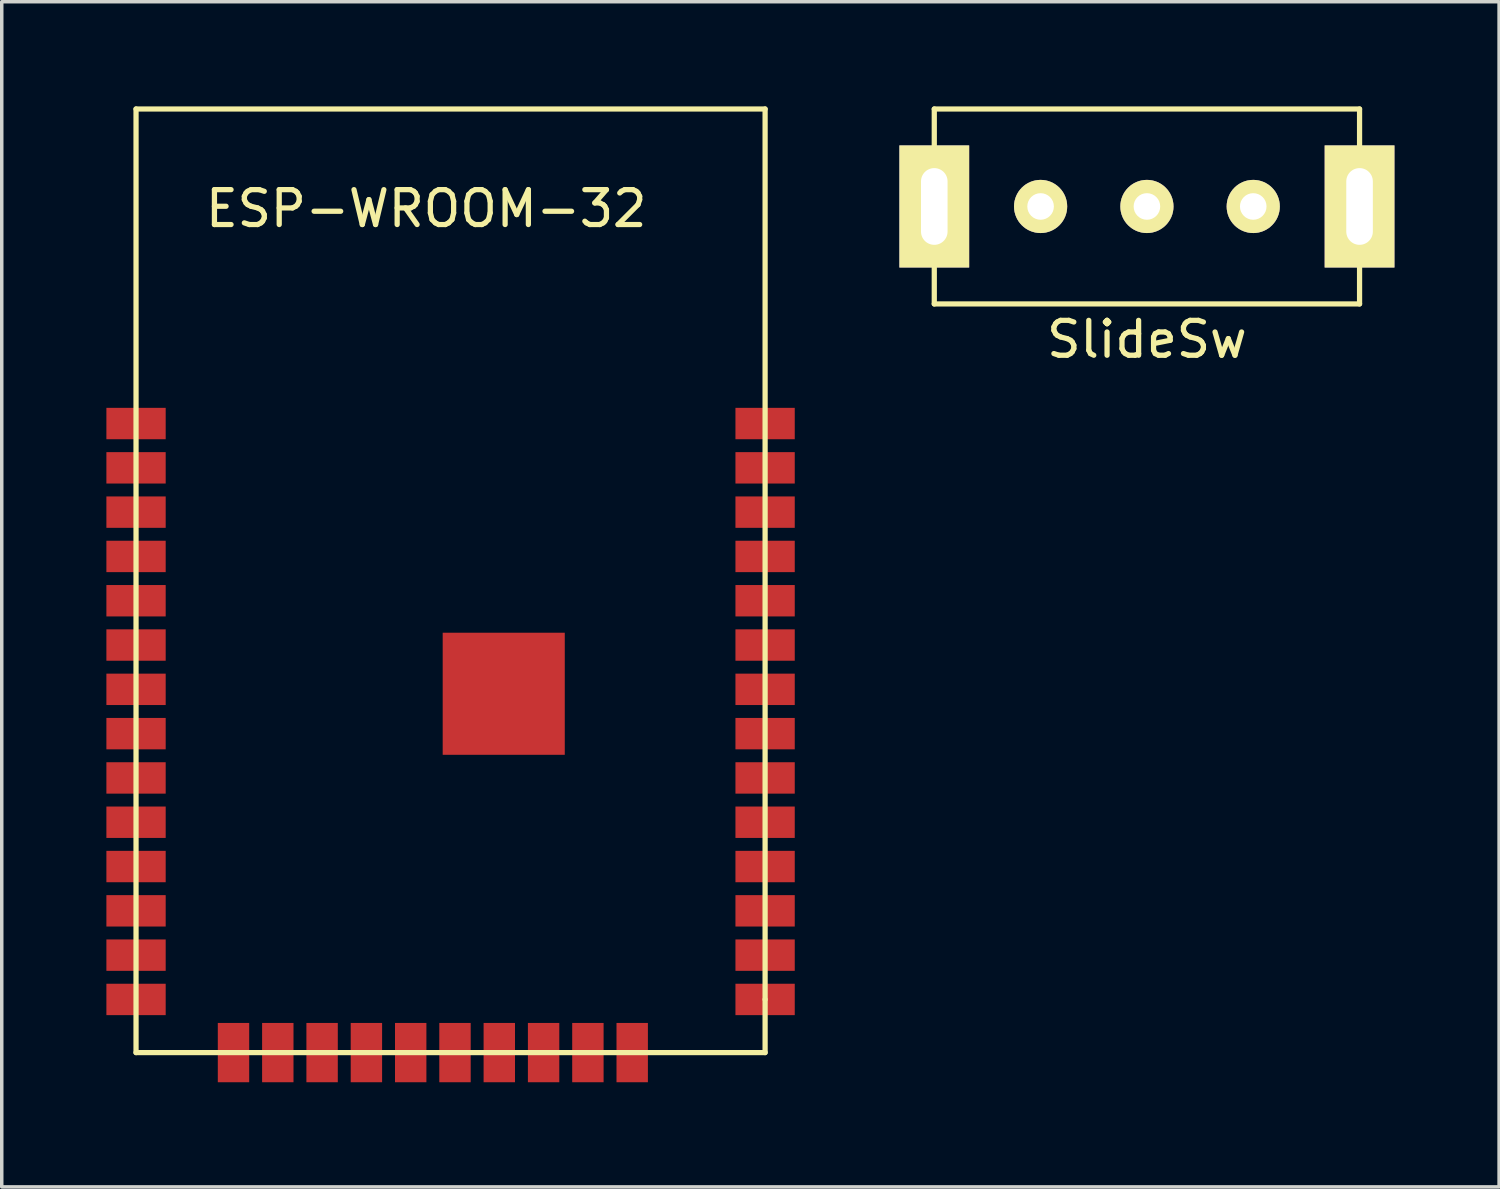
<source format=kicad_pcb>
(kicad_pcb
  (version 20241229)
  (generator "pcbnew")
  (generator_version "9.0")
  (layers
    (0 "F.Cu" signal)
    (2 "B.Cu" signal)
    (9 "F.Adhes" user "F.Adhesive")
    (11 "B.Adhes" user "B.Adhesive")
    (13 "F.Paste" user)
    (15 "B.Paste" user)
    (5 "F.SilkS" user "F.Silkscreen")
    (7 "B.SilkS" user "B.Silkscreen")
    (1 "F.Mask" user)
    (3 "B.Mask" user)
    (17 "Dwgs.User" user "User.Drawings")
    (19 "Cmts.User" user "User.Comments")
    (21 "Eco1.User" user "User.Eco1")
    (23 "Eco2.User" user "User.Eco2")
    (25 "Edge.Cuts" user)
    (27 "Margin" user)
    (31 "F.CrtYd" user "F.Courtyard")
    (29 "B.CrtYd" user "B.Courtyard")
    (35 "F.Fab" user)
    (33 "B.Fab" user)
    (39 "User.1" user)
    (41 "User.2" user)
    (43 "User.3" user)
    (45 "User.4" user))
  (footprint "SlideSw"
    (layer "F.Cu")
    (at 29.83 2.869)
    (property "Reference" "SlideSw" (at 0 3.81 0) (layer "F.SilkS") (effects (font (size 1 1) (thickness 0.15))))
    (attr through_hole)
    (fp_line (start -6.096 -2.794) (end -6.096 2.794) (stroke (width 0.15) (type solid)) (layer "F.SilkS"))
    (fp_line (start -6.096 2.794) (end 6.096 2.794) (stroke (width 0.15) (type solid)) (layer "F.SilkS"))
    (fp_line (start 6.096 -2.794) (end -6.096 -2.794) (stroke (width 0.15) (type solid)) (layer "F.SilkS"))
    (fp_line (start 6.096 0) (end 6.096 -2.794) (stroke (width 0.15) (type solid)) (layer "F.SilkS"))
    (fp_line (start 6.096 2.794) (end 6.096 0) (stroke (width 0.15) (type solid)) (layer "F.SilkS"))
    (pad "1" thru_hole circle (at -3.048 0) (size 1.524 1.524) (drill 0.762) (layers "*.Cu" "*.Mask" "F.SilkS"))
    (pad "2" thru_hole circle (at 0 0) (size 1.524 1.524) (drill 0.762) (layers "*.Cu" "*.Mask" "F.SilkS"))
    (pad "3" thru_hole circle (at 3.048 0) (size 1.524 1.524) (drill 0.762) (layers "*.Cu" "*.Mask" "F.SilkS"))
    (pad "4" thru_hole rect (at -6.096 0) (size 2 3.5) (drill oval 0.762 2.2) (layers "*.Cu" "*.Mask" "F.SilkS"))
    (pad "5" thru_hole rect (at 6.096 0) (size 2 3.5) (drill oval 0.762 2.2) (layers "*.Cu" "*.Mask" "F.SilkS")))
  (footprint "ESP-WROOM-32"
    (layer "F.Cu")
    (at 0.85 9.092)
    (property "Reference" "ESP-WROOM-32" (at 8.319 -6.16 0) (layer "F.SilkS") (effects (font (size 1 1) (thickness 0.15))))
    (attr through_hole)
    (fp_line (start 0 -9.017) (end 18.034 -9.017) (stroke (width 0.15) (type solid)) (layer "F.SilkS"))
    (fp_line (start 0 18.034) (end 0 -9.017) (stroke (width 0.15) (type solid)) (layer "F.SilkS"))
    (fp_line (start 18.034 -9.017) (end 18.034 16.51) (stroke (width 0.15) (type solid)) (layer "F.SilkS"))
    (fp_line (start 18.034 16.51) (end 18.034 18.034) (stroke (width 0.15) (type solid)) (layer "F.SilkS"))
    (fp_line (start 18.034 18.034) (end 0 18.034) (stroke (width 0.15) (type solid)) (layer "F.SilkS"))
    (pad "1" smd rect (at 0 0) (size 1.7 0.9) (layers "F.Cu" "F.Mask" "F.Paste"))
    (pad "2" smd rect (at 0 1.27) (size 1.7 0.9) (layers "F.Cu" "F.Mask" "F.Paste"))
    (pad "3" smd rect (at 0 2.54) (size 1.7 0.9) (layers "F.Cu" "F.Mask" "F.Paste"))
    (pad "4" smd rect (at 0 3.81) (size 1.7 0.9) (layers "F.Cu" "F.Mask" "F.Paste"))
    (pad "5" smd rect (at 0 5.08) (size 1.7 0.9) (layers "F.Cu" "F.Mask" "F.Paste"))
    (pad "6" smd rect (at 0 6.35) (size 1.7 0.9) (layers "F.Cu" "F.Mask" "F.Paste"))
    (pad "7" smd rect (at 0 7.62) (size 1.7 0.9) (layers "F.Cu" "F.Mask" "F.Paste"))
    (pad "8" smd rect (at 0 8.89) (size 1.7 0.9) (layers "F.Cu" "F.Mask" "F.Paste"))
    (pad "9" smd rect (at 0 10.16) (size 1.7 0.9) (layers "F.Cu" "F.Mask" "F.Paste"))
    (pad "10" smd rect (at 0 11.43) (size 1.7 0.9) (layers "F.Cu" "F.Mask" "F.Paste"))
    (pad "11" smd rect (at 0 12.7) (size 1.7 0.9) (layers "F.Cu" "F.Mask" "F.Paste"))
    (pad "12" smd rect (at 0 13.97) (size 1.7 0.9) (layers "F.Cu" "F.Mask" "F.Paste"))
    (pad "13" smd rect (at 0 15.24) (size 1.7 0.9) (layers "F.Cu" "F.Mask" "F.Paste"))
    (pad "14" smd rect (at 0 16.51) (size 1.7 0.9) (layers "F.Cu" "F.Mask" "F.Paste"))
    (pad "15" smd rect (at 2.794 18.034 90) (size 1.7 0.9) (layers "F.Cu" "F.Mask" "F.Paste"))
    (pad "16" smd rect (at 4.064 18.034 90) (size 1.7 0.9) (layers "F.Cu" "F.Mask" "F.Paste"))
    (pad "17" smd rect (at 5.334 18.034 90) (size 1.7 0.9) (layers "F.Cu" "F.Mask" "F.Paste"))
    (pad "18" smd rect (at 6.604 18.034 90) (size 1.7 0.9) (layers "F.Cu" "F.Mask" "F.Paste"))
    (pad "19" smd rect (at 7.874 18.034 90) (size 1.7 0.9) (layers "F.Cu" "F.Mask" "F.Paste"))
    (pad "20" smd rect (at 9.144 18.034 90) (size 1.7 0.9) (layers "F.Cu" "F.Mask" "F.Paste"))
    (pad "21" smd rect (at 10.414 18.034 90) (size 1.7 0.9) (layers "F.Cu" "F.Mask" "F.Paste"))
    (pad "22" smd rect (at 11.684 18.034 90) (size 1.7 0.9) (layers "F.Cu" "F.Mask" "F.Paste"))
    (pad "23" smd rect (at 12.954 18.034 90) (size 1.7 0.9) (layers "F.Cu" "F.Mask" "F.Paste"))
    (pad "24" smd rect (at 14.224 18.034 90) (size 1.7 0.9) (layers "F.Cu" "F.Mask" "F.Paste"))
    (pad "25" smd rect (at 18.034 16.51) (size 1.7 0.9) (layers "F.Cu" "F.Mask" "F.Paste"))
    (pad "26" smd rect (at 18.034 15.24) (size 1.7 0.9) (layers "F.Cu" "F.Mask" "F.Paste"))
    (pad "27" smd rect (at 18.034 13.97) (size 1.7 0.9) (layers "F.Cu" "F.Mask" "F.Paste"))
    (pad "28" smd rect (at 18.034 12.7) (size 1.7 0.9) (layers "F.Cu" "F.Mask" "F.Paste"))
    (pad "29" smd rect (at 18.034 11.43) (size 1.7 0.9) (layers "F.Cu" "F.Mask" "F.Paste"))
    (pad "30" smd rect (at 18.034 10.16) (size 1.7 0.9) (layers "F.Cu" "F.Mask" "F.Paste"))
    (pad "31" smd rect (at 18.034 8.89) (size 1.7 0.9) (layers "F.Cu" "F.Mask" "F.Paste"))
    (pad "32" smd rect (at 18.034 7.62) (size 1.7 0.9) (layers "F.Cu" "F.Mask" "F.Paste"))
    (pad "33" smd rect (at 18.034 6.35) (size 1.7 0.9) (layers "F.Cu" "F.Mask" "F.Paste"))
    (pad "34" smd rect (at 18.034 5.08) (size 1.7 0.9) (layers "F.Cu" "F.Mask" "F.Paste"))
    (pad "35" smd rect (at 18.034 3.81) (size 1.7 0.9) (layers "F.Cu" "F.Mask" "F.Paste"))
    (pad "36" smd rect (at 18.034 2.54) (size 1.7 0.9) (layers "F.Cu" "F.Mask" "F.Paste"))
    (pad "37" smd rect (at 18.034 1.27) (size 1.7 0.9) (layers "F.Cu" "F.Mask" "F.Paste"))
    (pad "38" smd rect (at 18.034 0) (size 1.7 0.9) (layers "F.Cu" "F.Mask" "F.Paste"))
    (pad "39" smd rect (at 10.541 7.747) (size 3.5 3.5) (layers "F.Cu" "F.Mask" "F.Paste")))
  (gr_rect
    (start -3 -3)
    (end 39.926 30.976)
    (stroke (width 0.1) (type default))
    (fill no)
    (layer "Edge.Cuts")))
</source>
